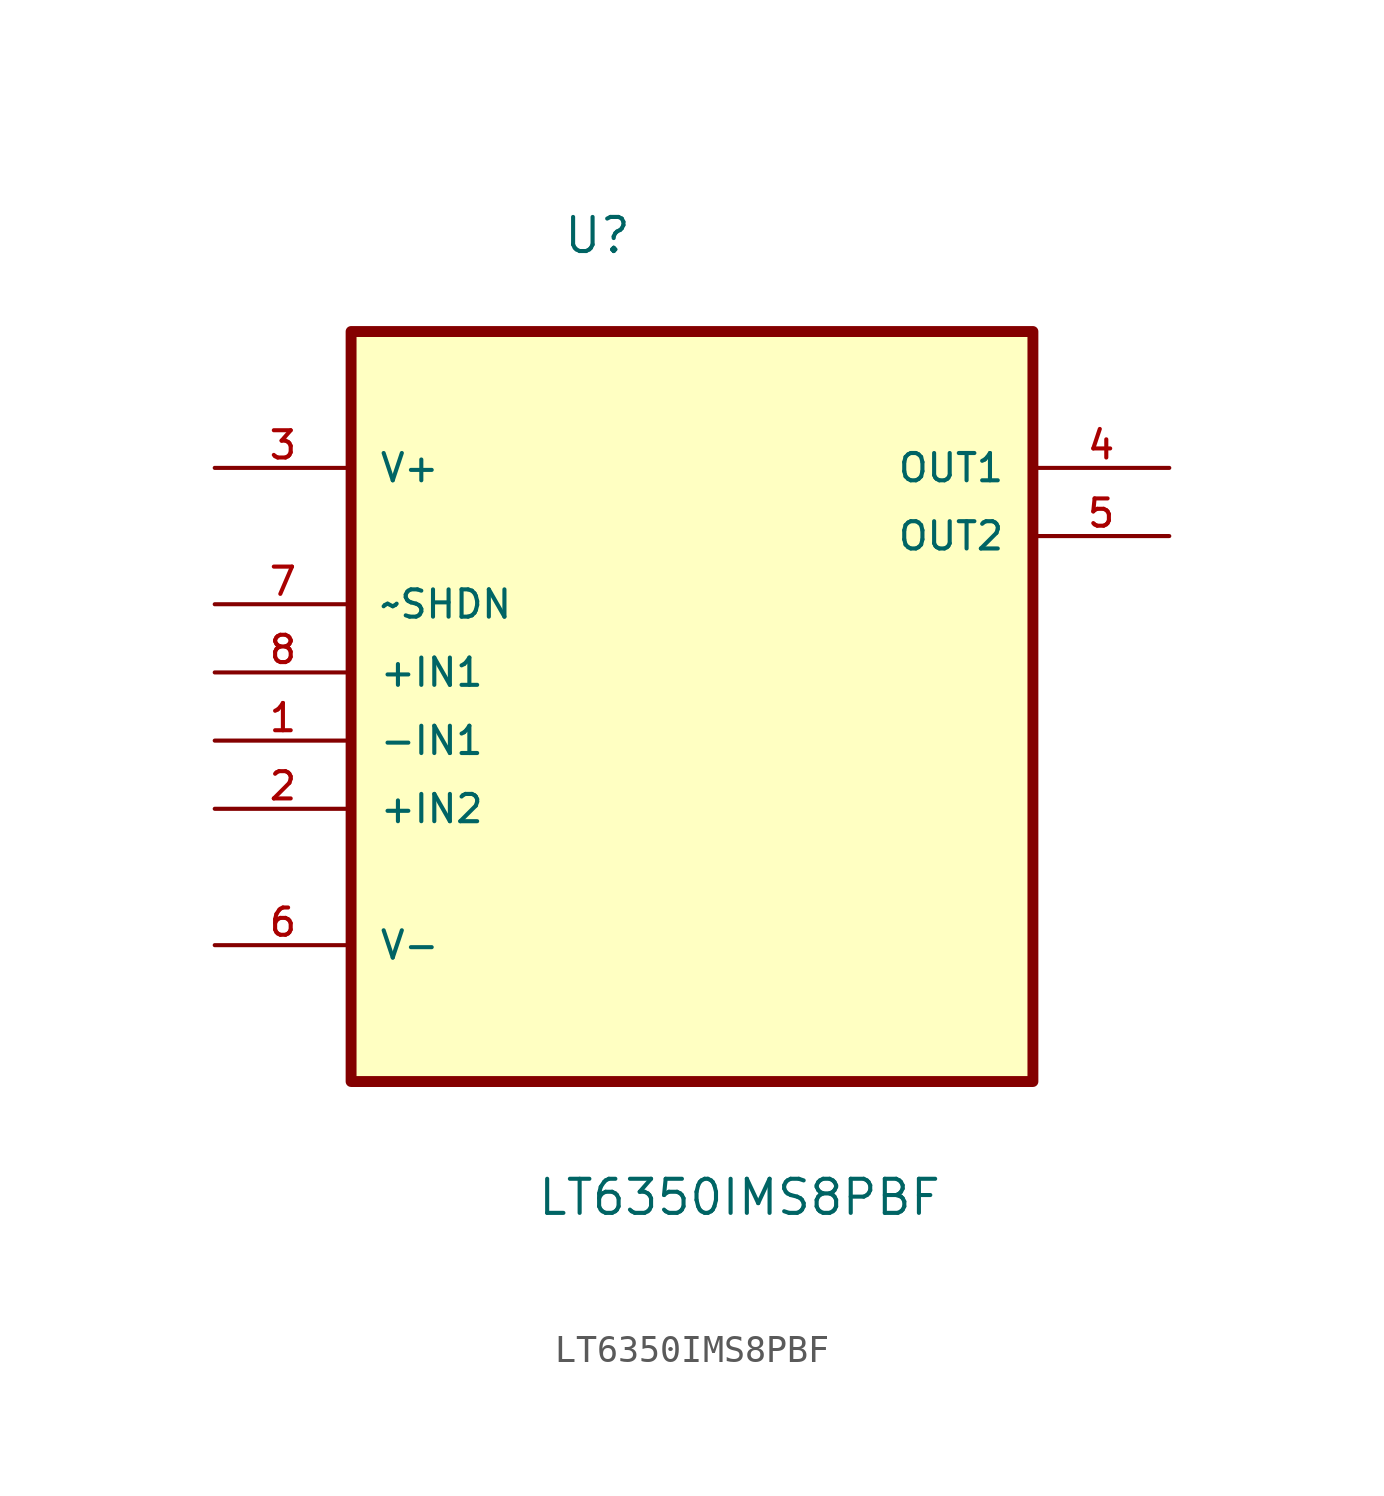
<source format=kicad_sym>
(kicad_symbol_lib
  (version 20211014)
  (generator kicad_symbol_editor)
  (symbol "LT6350IMS8PBF"
    (pin_names
      (offset 1.016))
    (property "Reference" "U"
      (at -4.832 12.995 0.0)
      (effects (font (size 1.27 1.27)) (justify bottom left)))
    (property "Value" "LT6350IMS8PBF"
      (at -5.798 -22.837 0.0)
      (effects (font (size 1.27 1.27)) (justify bottom left)))
    (symbol "LT6350IMS8PBF_0_0"
      (rectangle (start -12.7 -17.78) (end 12.7 10.16) (stroke (width 0.406)) (fill (type background)))
      (pin power_in line (at -17.78 5.08 0) (length 5.08) (name "V+" (effects (font (size 1.016 1.016)))) (number "3" (effects (font (size 1.016 1.016)))))
      (pin input line (at -17.78 0.0 0) (length 5.08) (name "~SHDN" (effects (font (size 1.016 1.016)))) (number "7" (effects (font (size 1.016 1.016)))))
      (pin input line (at -17.78 -2.54 0) (length 5.08) (name "+IN1" (effects (font (size 1.016 1.016)))) (number "8" (effects (font (size 1.016 1.016)))))
      (pin input line (at -17.78 -5.08 0) (length 5.08) (name "-IN1" (effects (font (size 1.016 1.016)))) (number "1" (effects (font (size 1.016 1.016)))))
      (pin input line (at -17.78 -7.62 0) (length 5.08) (name "+IN2" (effects (font (size 1.016 1.016)))) (number "2" (effects (font (size 1.016 1.016)))))
      (pin power_in line (at -17.78 -12.7 0) (length 5.08) (name "V-" (effects (font (size 1.016 1.016)))) (number "6" (effects (font (size 1.016 1.016)))))
      (pin output line (at 17.78 5.08 180.0) (length 5.08) (name "OUT1" (effects (font (size 1.016 1.016)))) (number "4" (effects (font (size 1.016 1.016)))))
      (pin output line (at 17.78 2.54 180.0) (length 5.08) (name "OUT2" (effects (font (size 1.016 1.016)))) (number "5" (effects (font (size 1.016 1.016))))))))
</source>
